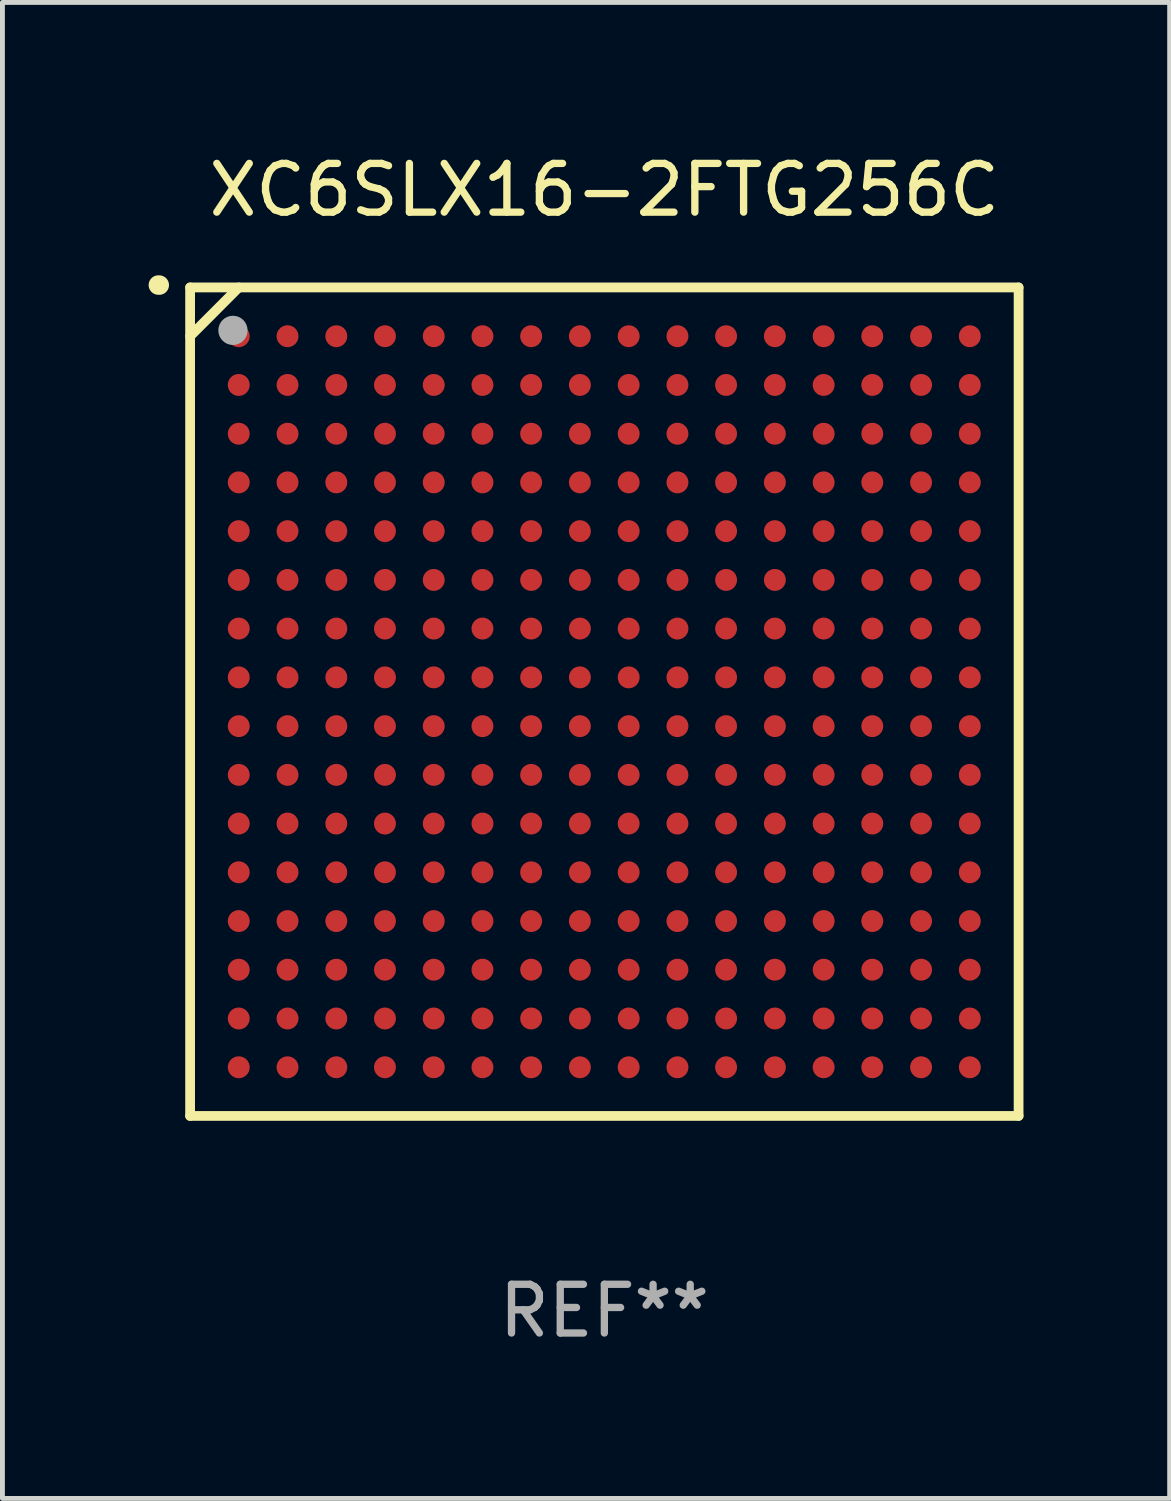
<source format=kicad_pcb>
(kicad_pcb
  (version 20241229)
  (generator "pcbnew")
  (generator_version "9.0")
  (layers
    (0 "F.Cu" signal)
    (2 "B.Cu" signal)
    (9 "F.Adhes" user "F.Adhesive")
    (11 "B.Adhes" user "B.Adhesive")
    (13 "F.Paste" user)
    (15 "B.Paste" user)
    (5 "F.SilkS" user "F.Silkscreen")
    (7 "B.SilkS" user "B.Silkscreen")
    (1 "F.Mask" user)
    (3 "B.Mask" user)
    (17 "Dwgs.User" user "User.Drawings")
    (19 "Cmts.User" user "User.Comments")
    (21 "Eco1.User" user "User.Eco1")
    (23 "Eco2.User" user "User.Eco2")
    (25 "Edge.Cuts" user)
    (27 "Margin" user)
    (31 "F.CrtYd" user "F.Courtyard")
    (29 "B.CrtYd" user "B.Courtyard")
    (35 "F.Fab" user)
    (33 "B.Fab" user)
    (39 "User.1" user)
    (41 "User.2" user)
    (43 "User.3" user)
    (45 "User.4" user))
  (footprint "XC6SLX16-2FTG256C"
    (layer "F.Cu")
    (at 9.351 11.348)
    (property "Reference" "XC6SLX16-2FTG256C" (at 0 -10.5 0) (layer "F.SilkS") (effects (font (size 1 1) (thickness 0.15))))
    (attr through_hole)
    (fp_line (start -8.5 -8.5) (end 8.5 -8.5) (stroke (width 0.2) (type solid)) (layer "F.SilkS"))
    (fp_line (start -8.5 -7.499) (end -7.502 -8.5) (stroke (width 0.2) (type solid)) (layer "F.SilkS"))
    (fp_line (start -8.5 8.5) (end -8.5 -8.5) (stroke (width 0.2) (type solid)) (layer "F.SilkS"))
    (fp_line (start 8.5 -8.5) (end 8.5 8.5) (stroke (width 0.2) (type solid)) (layer "F.SilkS"))
    (fp_line (start 8.5 8.5) (end -8.5 8.5) (stroke (width 0.2) (type solid)) (layer "F.SilkS"))
    (fp_arc (start -9.151181 -8.548768) (mid -9.142295 -8.548541) (end -9.133426 -8.547955) (stroke (width 0.4) (type solid)) (layer "F.SilkS"))
    (fp_circle (center -8.501 -8.499) (end -8.471 -8.499) (stroke (width 0.06) (type solid)) (fill no) (layer "F.SilkS"))
    (fp_circle (center -7.621 -7.619) (end -7.471 -7.619) (stroke (width 0.3) (type solid)) (fill no) (layer "F.Fab"))
    (fp_text user "REF**" (at 0 12.5 0) (layer "F.Fab") (effects (font (size 1 1) (thickness 0.15))))
    (pad "A1" smd circle (at -7.502 -7.499) (size 0.45 0.45) (layers "F.Cu" "F.Mask" "F.Paste"))
    (pad "A2" smd circle (at -6.501 -7.499) (size 0.45 0.45) (layers "F.Cu" "F.Mask" "F.Paste"))
    (pad "A3" smd circle (at -5.5 -7.499) (size 0.45 0.45) (layers "F.Cu" "F.Mask" "F.Paste"))
    (pad "A4" smd circle (at -4.502 -7.499) (size 0.45 0.45) (layers "F.Cu" "F.Mask" "F.Paste"))
    (pad "A5" smd circle (at -3.501 -7.499) (size 0.45 0.45) (layers "F.Cu" "F.Mask" "F.Paste"))
    (pad "A6" smd circle (at -2.501 -7.499) (size 0.45 0.45) (layers "F.Cu" "F.Mask" "F.Paste"))
    (pad "A7" smd circle (at -1.502 -7.499) (size 0.45 0.45) (layers "F.Cu" "F.Mask" "F.Paste"))
    (pad "A8" smd circle (at -0.502 -7.499) (size 0.45 0.45) (layers "F.Cu" "F.Mask" "F.Paste"))
    (pad "A9" smd circle (at 0.499 -7.499) (size 0.45 0.45) (layers "F.Cu" "F.Mask" "F.Paste"))
    (pad "A10" smd circle (at 1.5 -7.499) (size 0.45 0.45) (layers "F.Cu" "F.Mask" "F.Paste"))
    (pad "A11" smd circle (at 2.498 -7.499) (size 0.45 0.45) (layers "F.Cu" "F.Mask" "F.Paste"))
    (pad "A12" smd circle (at 3.499 -7.499) (size 0.45 0.45) (layers "F.Cu" "F.Mask" "F.Paste"))
    (pad "A13" smd circle (at 4.5 -7.499) (size 0.45 0.45) (layers "F.Cu" "F.Mask" "F.Paste"))
    (pad "A14" smd circle (at 5.498 -7.499) (size 0.45 0.45) (layers "F.Cu" "F.Mask" "F.Paste"))
    (pad "A15" smd circle (at 6.499 -7.499) (size 0.45 0.45) (layers "F.Cu" "F.Mask" "F.Paste"))
    (pad "A16" smd circle (at 7.499 -7.499) (size 0.45 0.45) (layers "F.Cu" "F.Mask" "F.Paste"))
    (pad "B1" smd circle (at -7.502 -6.499) (size 0.45 0.45) (layers "F.Cu" "F.Mask" "F.Paste"))
    (pad "B2" smd circle (at -6.501 -6.499) (size 0.45 0.45) (layers "F.Cu" "F.Mask" "F.Paste"))
    (pad "B3" smd circle (at -5.5 -6.499) (size 0.45 0.45) (layers "F.Cu" "F.Mask" "F.Paste"))
    (pad "B4" smd circle (at -4.502 -6.499) (size 0.45 0.45) (layers "F.Cu" "F.Mask" "F.Paste"))
    (pad "B5" smd circle (at -3.501 -6.499) (size 0.45 0.45) (layers "F.Cu" "F.Mask" "F.Paste"))
    (pad "B6" smd circle (at -2.501 -6.499) (size 0.45 0.45) (layers "F.Cu" "F.Mask" "F.Paste"))
    (pad "B7" smd circle (at -1.502 -6.499) (size 0.45 0.45) (layers "F.Cu" "F.Mask" "F.Paste"))
    (pad "B8" smd circle (at -0.502 -6.499) (size 0.45 0.45) (layers "F.Cu" "F.Mask" "F.Paste"))
    (pad "B9" smd circle (at 0.499 -6.499) (size 0.45 0.45) (layers "F.Cu" "F.Mask" "F.Paste"))
    (pad "B10" smd circle (at 1.5 -6.499) (size 0.45 0.45) (layers "F.Cu" "F.Mask" "F.Paste"))
    (pad "B11" smd circle (at 2.498 -6.499) (size 0.45 0.45) (layers "F.Cu" "F.Mask" "F.Paste"))
    (pad "B12" smd circle (at 3.499 -6.499) (size 0.45 0.45) (layers "F.Cu" "F.Mask" "F.Paste"))
    (pad "B13" smd circle (at 4.5 -6.499) (size 0.45 0.45) (layers "F.Cu" "F.Mask" "F.Paste"))
    (pad "B14" smd circle (at 5.498 -6.499) (size 0.45 0.45) (layers "F.Cu" "F.Mask" "F.Paste"))
    (pad "B15" smd circle (at 6.499 -6.499) (size 0.45 0.45) (layers "F.Cu" "F.Mask" "F.Paste"))
    (pad "B16" smd circle (at 7.499 -6.499) (size 0.45 0.45) (layers "F.Cu" "F.Mask" "F.Paste"))
    (pad "C1" smd circle (at -7.502 -5.498) (size 0.45 0.45) (layers "F.Cu" "F.Mask" "F.Paste"))
    (pad "C2" smd circle (at -6.501 -5.498) (size 0.45 0.45) (layers "F.Cu" "F.Mask" "F.Paste"))
    (pad "C3" smd circle (at -5.5 -5.498) (size 0.45 0.45) (layers "F.Cu" "F.Mask" "F.Paste"))
    (pad "C4" smd circle (at -4.502 -5.498) (size 0.45 0.45) (layers "F.Cu" "F.Mask" "F.Paste"))
    (pad "C5" smd circle (at -3.501 -5.498) (size 0.45 0.45) (layers "F.Cu" "F.Mask" "F.Paste"))
    (pad "C6" smd circle (at -2.501 -5.498) (size 0.45 0.45) (layers "F.Cu" "F.Mask" "F.Paste"))
    (pad "C7" smd circle (at -1.502 -5.498) (size 0.45 0.45) (layers "F.Cu" "F.Mask" "F.Paste"))
    (pad "C8" smd circle (at -0.502 -5.498) (size 0.45 0.45) (layers "F.Cu" "F.Mask" "F.Paste"))
    (pad "C9" smd circle (at 0.499 -5.498) (size 0.45 0.45) (layers "F.Cu" "F.Mask" "F.Paste"))
    (pad "C10" smd circle (at 1.5 -5.498) (size 0.45 0.45) (layers "F.Cu" "F.Mask" "F.Paste"))
    (pad "C11" smd circle (at 2.498 -5.498) (size 0.45 0.45) (layers "F.Cu" "F.Mask" "F.Paste"))
    (pad "C12" smd circle (at 3.499 -5.498) (size 0.45 0.45) (layers "F.Cu" "F.Mask" "F.Paste"))
    (pad "C13" smd circle (at 4.5 -5.498) (size 0.45 0.45) (layers "F.Cu" "F.Mask" "F.Paste"))
    (pad "C14" smd circle (at 5.498 -5.498) (size 0.45 0.45) (layers "F.Cu" "F.Mask" "F.Paste"))
    (pad "C15" smd circle (at 6.499 -5.498) (size 0.45 0.45) (layers "F.Cu" "F.Mask" "F.Paste"))
    (pad "C16" smd circle (at 7.499 -5.498) (size 0.45 0.45) (layers "F.Cu" "F.Mask" "F.Paste"))
    (pad "D1" smd circle (at -7.502 -4.5) (size 0.45 0.45) (layers "F.Cu" "F.Mask" "F.Paste"))
    (pad "D2" smd circle (at -6.501 -4.5) (size 0.45 0.45) (layers "F.Cu" "F.Mask" "F.Paste"))
    (pad "D3" smd circle (at -5.5 -4.5) (size 0.45 0.45) (layers "F.Cu" "F.Mask" "F.Paste"))
    (pad "D4" smd circle (at -4.502 -4.5) (size 0.45 0.45) (layers "F.Cu" "F.Mask" "F.Paste"))
    (pad "D5" smd circle (at -3.501 -4.5) (size 0.45 0.45) (layers "F.Cu" "F.Mask" "F.Paste"))
    (pad "D6" smd circle (at -2.501 -4.5) (size 0.45 0.45) (layers "F.Cu" "F.Mask" "F.Paste"))
    (pad "D7" smd circle (at -1.502 -4.5) (size 0.45 0.45) (layers "F.Cu" "F.Mask" "F.Paste"))
    (pad "D8" smd circle (at -0.502 -4.5) (size 0.45 0.45) (layers "F.Cu" "F.Mask" "F.Paste"))
    (pad "D9" smd circle (at 0.499 -4.5) (size 0.45 0.45) (layers "F.Cu" "F.Mask" "F.Paste"))
    (pad "D10" smd circle (at 1.5 -4.5) (size 0.45 0.45) (layers "F.Cu" "F.Mask" "F.Paste"))
    (pad "D11" smd circle (at 2.498 -4.5) (size 0.45 0.45) (layers "F.Cu" "F.Mask" "F.Paste"))
    (pad "D12" smd circle (at 3.499 -4.5) (size 0.45 0.45) (layers "F.Cu" "F.Mask" "F.Paste"))
    (pad "D13" smd circle (at 4.5 -4.5) (size 0.45 0.45) (layers "F.Cu" "F.Mask" "F.Paste"))
    (pad "D14" smd circle (at 5.498 -4.5) (size 0.45 0.45) (layers "F.Cu" "F.Mask" "F.Paste"))
    (pad "D15" smd circle (at 6.499 -4.5) (size 0.45 0.45) (layers "F.Cu" "F.Mask" "F.Paste"))
    (pad "D16" smd circle (at 7.499 -4.5) (size 0.45 0.45) (layers "F.Cu" "F.Mask" "F.Paste"))
    (pad "E1" smd circle (at -7.502 -3.499) (size 0.45 0.45) (layers "F.Cu" "F.Mask" "F.Paste"))
    (pad "E2" smd circle (at -6.501 -3.499) (size 0.45 0.45) (layers "F.Cu" "F.Mask" "F.Paste"))
    (pad "E3" smd circle (at -5.5 -3.499) (size 0.45 0.45) (layers "F.Cu" "F.Mask" "F.Paste"))
    (pad "E4" smd circle (at -4.502 -3.499) (size 0.45 0.45) (layers "F.Cu" "F.Mask" "F.Paste"))
    (pad "E5" smd circle (at -3.501 -3.499) (size 0.45 0.45) (layers "F.Cu" "F.Mask" "F.Paste"))
    (pad "E6" smd circle (at -2.501 -3.499) (size 0.45 0.45) (layers "F.Cu" "F.Mask" "F.Paste"))
    (pad "E7" smd circle (at -1.502 -3.499) (size 0.45 0.45) (layers "F.Cu" "F.Mask" "F.Paste"))
    (pad "E8" smd circle (at -0.502 -3.499) (size 0.45 0.45) (layers "F.Cu" "F.Mask" "F.Paste"))
    (pad "E9" smd circle (at 0.499 -3.499) (size 0.45 0.45) (layers "F.Cu" "F.Mask" "F.Paste"))
    (pad "E10" smd circle (at 1.5 -3.499) (size 0.45 0.45) (layers "F.Cu" "F.Mask" "F.Paste"))
    (pad "E11" smd circle (at 2.498 -3.499) (size 0.45 0.45) (layers "F.Cu" "F.Mask" "F.Paste"))
    (pad "E12" smd circle (at 3.499 -3.499) (size 0.45 0.45) (layers "F.Cu" "F.Mask" "F.Paste"))
    (pad "E13" smd circle (at 4.5 -3.499) (size 0.45 0.45) (layers "F.Cu" "F.Mask" "F.Paste"))
    (pad "E14" smd circle (at 5.498 -3.499) (size 0.45 0.45) (layers "F.Cu" "F.Mask" "F.Paste"))
    (pad "E15" smd circle (at 6.499 -3.499) (size 0.45 0.45) (layers "F.Cu" "F.Mask" "F.Paste"))
    (pad "E16" smd circle (at 7.499 -3.499) (size 0.45 0.45) (layers "F.Cu" "F.Mask" "F.Paste"))
    (pad "F1" smd circle (at -7.502 -2.498) (size 0.45 0.45) (layers "F.Cu" "F.Mask" "F.Paste"))
    (pad "F2" smd circle (at -6.501 -2.498) (size 0.45 0.45) (layers "F.Cu" "F.Mask" "F.Paste"))
    (pad "F3" smd circle (at -5.5 -2.498) (size 0.45 0.45) (layers "F.Cu" "F.Mask" "F.Paste"))
    (pad "F4" smd circle (at -4.502 -2.498) (size 0.45 0.45) (layers "F.Cu" "F.Mask" "F.Paste"))
    (pad "F5" smd circle (at -3.501 -2.498) (size 0.45 0.45) (layers "F.Cu" "F.Mask" "F.Paste"))
    (pad "F6" smd circle (at -2.501 -2.498) (size 0.45 0.45) (layers "F.Cu" "F.Mask" "F.Paste"))
    (pad "F7" smd circle (at -1.502 -2.498) (size 0.45 0.45) (layers "F.Cu" "F.Mask" "F.Paste"))
    (pad "F8" smd circle (at -0.502 -2.498) (size 0.45 0.45) (layers "F.Cu" "F.Mask" "F.Paste"))
    (pad "F9" smd circle (at 0.499 -2.498) (size 0.45 0.45) (layers "F.Cu" "F.Mask" "F.Paste"))
    (pad "F10" smd circle (at 1.5 -2.498) (size 0.45 0.45) (layers "F.Cu" "F.Mask" "F.Paste"))
    (pad "F11" smd circle (at 2.498 -2.498) (size 0.45 0.45) (layers "F.Cu" "F.Mask" "F.Paste"))
    (pad "F12" smd circle (at 3.499 -2.498) (size 0.45 0.45) (layers "F.Cu" "F.Mask" "F.Paste"))
    (pad "F13" smd circle (at 4.5 -2.498) (size 0.45 0.45) (layers "F.Cu" "F.Mask" "F.Paste"))
    (pad "F14" smd circle (at 5.498 -2.498) (size 0.45 0.45) (layers "F.Cu" "F.Mask" "F.Paste"))
    (pad "F15" smd circle (at 6.499 -2.498) (size 0.45 0.45) (layers "F.Cu" "F.Mask" "F.Paste"))
    (pad "F16" smd circle (at 7.499 -2.498) (size 0.45 0.45) (layers "F.Cu" "F.Mask" "F.Paste"))
    (pad "G1" smd circle (at -7.502 -1.5) (size 0.45 0.45) (layers "F.Cu" "F.Mask" "F.Paste"))
    (pad "G2" smd circle (at -6.501 -1.5) (size 0.45 0.45) (layers "F.Cu" "F.Mask" "F.Paste"))
    (pad "G3" smd circle (at -5.5 -1.5) (size 0.45 0.45) (layers "F.Cu" "F.Mask" "F.Paste"))
    (pad "G4" smd circle (at -4.502 -1.5) (size 0.45 0.45) (layers "F.Cu" "F.Mask" "F.Paste"))
    (pad "G5" smd circle (at -3.501 -1.5) (size 0.45 0.45) (layers "F.Cu" "F.Mask" "F.Paste"))
    (pad "G6" smd circle (at -2.501 -1.5) (size 0.45 0.45) (layers "F.Cu" "F.Mask" "F.Paste"))
    (pad "G7" smd circle (at -1.502 -1.5) (size 0.45 0.45) (layers "F.Cu" "F.Mask" "F.Paste"))
    (pad "G8" smd circle (at -0.502 -1.5) (size 0.45 0.45) (layers "F.Cu" "F.Mask" "F.Paste"))
    (pad "G9" smd circle (at 0.499 -1.5) (size 0.45 0.45) (layers "F.Cu" "F.Mask" "F.Paste"))
    (pad "G10" smd circle (at 1.5 -1.5) (size 0.45 0.45) (layers "F.Cu" "F.Mask" "F.Paste"))
    (pad "G11" smd circle (at 2.498 -1.5) (size 0.45 0.45) (layers "F.Cu" "F.Mask" "F.Paste"))
    (pad "G12" smd circle (at 3.499 -1.5) (size 0.45 0.45) (layers "F.Cu" "F.Mask" "F.Paste"))
    (pad "G13" smd circle (at 4.5 -1.5) (size 0.45 0.45) (layers "F.Cu" "F.Mask" "F.Paste"))
    (pad "G14" smd circle (at 5.498 -1.5) (size 0.45 0.45) (layers "F.Cu" "F.Mask" "F.Paste"))
    (pad "G15" smd circle (at 6.499 -1.5) (size 0.45 0.45) (layers "F.Cu" "F.Mask" "F.Paste"))
    (pad "G16" smd circle (at 7.499 -1.5) (size 0.45 0.45) (layers "F.Cu" "F.Mask" "F.Paste"))
    (pad "H1" smd circle (at -7.502 -0.499) (size 0.45 0.45) (layers "F.Cu" "F.Mask" "F.Paste"))
    (pad "H2" smd circle (at -6.501 -0.499) (size 0.45 0.45) (layers "F.Cu" "F.Mask" "F.Paste"))
    (pad "H3" smd circle (at -5.5 -0.499) (size 0.45 0.45) (layers "F.Cu" "F.Mask" "F.Paste"))
    (pad "H4" smd circle (at -4.502 -0.499) (size 0.45 0.45) (layers "F.Cu" "F.Mask" "F.Paste"))
    (pad "H5" smd circle (at -3.501 -0.499) (size 0.45 0.45) (layers "F.Cu" "F.Mask" "F.Paste"))
    (pad "H6" smd circle (at -2.501 -0.499) (size 0.45 0.45) (layers "F.Cu" "F.Mask" "F.Paste"))
    (pad "H7" smd circle (at -1.502 -0.499) (size 0.45 0.45) (layers "F.Cu" "F.Mask" "F.Paste"))
    (pad "H8" smd circle (at -0.502 -0.499) (size 0.45 0.45) (layers "F.Cu" "F.Mask" "F.Paste"))
    (pad "H9" smd circle (at 0.499 -0.499) (size 0.45 0.45) (layers "F.Cu" "F.Mask" "F.Paste"))
    (pad "H10" smd circle (at 1.5 -0.499) (size 0.45 0.45) (layers "F.Cu" "F.Mask" "F.Paste"))
    (pad "H11" smd circle (at 2.498 -0.499) (size 0.45 0.45) (layers "F.Cu" "F.Mask" "F.Paste"))
    (pad "H12" smd circle (at 3.499 -0.499) (size 0.45 0.45) (layers "F.Cu" "F.Mask" "F.Paste"))
    (pad "H13" smd circle (at 4.5 -0.499) (size 0.45 0.45) (layers "F.Cu" "F.Mask" "F.Paste"))
    (pad "H14" smd circle (at 5.498 -0.499) (size 0.45 0.45) (layers "F.Cu" "F.Mask" "F.Paste"))
    (pad "H15" smd circle (at 6.499 -0.499) (size 0.45 0.45) (layers "F.Cu" "F.Mask" "F.Paste"))
    (pad "H16" smd circle (at 7.499 -0.499) (size 0.45 0.45) (layers "F.Cu" "F.Mask" "F.Paste"))
    (pad "J1" smd circle (at -7.502 0.502) (size 0.45 0.45) (layers "F.Cu" "F.Mask" "F.Paste"))
    (pad "J2" smd circle (at -6.501 0.502) (size 0.45 0.45) (layers "F.Cu" "F.Mask" "F.Paste"))
    (pad "J3" smd circle (at -5.5 0.502) (size 0.45 0.45) (layers "F.Cu" "F.Mask" "F.Paste"))
    (pad "J4" smd circle (at -4.502 0.502) (size 0.45 0.45) (layers "F.Cu" "F.Mask" "F.Paste"))
    (pad "J5" smd circle (at -3.501 0.502) (size 0.45 0.45) (layers "F.Cu" "F.Mask" "F.Paste"))
    (pad "J6" smd circle (at -2.501 0.502) (size 0.45 0.45) (layers "F.Cu" "F.Mask" "F.Paste"))
    (pad "J7" smd circle (at -1.502 0.502) (size 0.45 0.45) (layers "F.Cu" "F.Mask" "F.Paste"))
    (pad "J8" smd circle (at -0.502 0.502) (size 0.45 0.45) (layers "F.Cu" "F.Mask" "F.Paste"))
    (pad "J9" smd circle (at 0.499 0.502) (size 0.45 0.45) (layers "F.Cu" "F.Mask" "F.Paste"))
    (pad "J10" smd circle (at 1.5 0.502) (size 0.45 0.45) (layers "F.Cu" "F.Mask" "F.Paste"))
    (pad "J11" smd circle (at 2.498 0.502) (size 0.45 0.45) (layers "F.Cu" "F.Mask" "F.Paste"))
    (pad "J12" smd circle (at 3.499 0.502) (size 0.45 0.45) (layers "F.Cu" "F.Mask" "F.Paste"))
    (pad "J13" smd circle (at 4.5 0.502) (size 0.45 0.45) (layers "F.Cu" "F.Mask" "F.Paste"))
    (pad "J14" smd circle (at 5.498 0.502) (size 0.45 0.45) (layers "F.Cu" "F.Mask" "F.Paste"))
    (pad "J15" smd circle (at 6.499 0.502) (size 0.45 0.45) (layers "F.Cu" "F.Mask" "F.Paste"))
    (pad "J16" smd circle (at 7.499 0.502) (size 0.45 0.45) (layers "F.Cu" "F.Mask" "F.Paste"))
    (pad "K1" smd circle (at -7.502 1.502) (size 0.45 0.45) (layers "F.Cu" "F.Mask" "F.Paste"))
    (pad "K2" smd circle (at -6.501 1.502) (size 0.45 0.45) (layers "F.Cu" "F.Mask" "F.Paste"))
    (pad "K3" smd circle (at -5.5 1.502) (size 0.45 0.45) (layers "F.Cu" "F.Mask" "F.Paste"))
    (pad "K4" smd circle (at -4.502 1.502) (size 0.45 0.45) (layers "F.Cu" "F.Mask" "F.Paste"))
    (pad "K5" smd circle (at -3.501 1.502) (size 0.45 0.45) (layers "F.Cu" "F.Mask" "F.Paste"))
    (pad "K6" smd circle (at -2.501 1.502) (size 0.45 0.45) (layers "F.Cu" "F.Mask" "F.Paste"))
    (pad "K7" smd circle (at -1.502 1.502) (size 0.45 0.45) (layers "F.Cu" "F.Mask" "F.Paste"))
    (pad "K8" smd circle (at -0.502 1.502) (size 0.45 0.45) (layers "F.Cu" "F.Mask" "F.Paste"))
    (pad "K9" smd circle (at 0.499 1.502) (size 0.45 0.45) (layers "F.Cu" "F.Mask" "F.Paste"))
    (pad "K10" smd circle (at 1.5 1.502) (size 0.45 0.45) (layers "F.Cu" "F.Mask" "F.Paste"))
    (pad "K11" smd circle (at 2.498 1.502) (size 0.45 0.45) (layers "F.Cu" "F.Mask" "F.Paste"))
    (pad "K12" smd circle (at 3.499 1.502) (size 0.45 0.45) (layers "F.Cu" "F.Mask" "F.Paste"))
    (pad "K13" smd circle (at 4.5 1.502) (size 0.45 0.45) (layers "F.Cu" "F.Mask" "F.Paste"))
    (pad "K14" smd circle (at 5.498 1.502) (size 0.45 0.45) (layers "F.Cu" "F.Mask" "F.Paste"))
    (pad "K15" smd circle (at 6.499 1.502) (size 0.45 0.45) (layers "F.Cu" "F.Mask" "F.Paste"))
    (pad "K16" smd circle (at 7.499 1.502) (size 0.45 0.45) (layers "F.Cu" "F.Mask" "F.Paste"))
    (pad "L1" smd circle (at -7.502 2.501) (size 0.45 0.45) (layers "F.Cu" "F.Mask" "F.Paste"))
    (pad "L2" smd circle (at -6.501 2.501) (size 0.45 0.45) (layers "F.Cu" "F.Mask" "F.Paste"))
    (pad "L3" smd circle (at -5.5 2.501) (size 0.45 0.45) (layers "F.Cu" "F.Mask" "F.Paste"))
    (pad "L4" smd circle (at -4.502 2.501) (size 0.45 0.45) (layers "F.Cu" "F.Mask" "F.Paste"))
    (pad "L5" smd circle (at -3.501 2.501) (size 0.45 0.45) (layers "F.Cu" "F.Mask" "F.Paste"))
    (pad "L6" smd circle (at -2.501 2.501) (size 0.45 0.45) (layers "F.Cu" "F.Mask" "F.Paste"))
    (pad "L7" smd circle (at -1.502 2.501) (size 0.45 0.45) (layers "F.Cu" "F.Mask" "F.Paste"))
    (pad "L8" smd circle (at -0.502 2.501) (size 0.45 0.45) (layers "F.Cu" "F.Mask" "F.Paste"))
    (pad "L9" smd circle (at 0.499 2.501) (size 0.45 0.45) (layers "F.Cu" "F.Mask" "F.Paste"))
    (pad "L10" smd circle (at 1.5 2.501) (size 0.45 0.45) (layers "F.Cu" "F.Mask" "F.Paste"))
    (pad "L11" smd circle (at 2.498 2.501) (size 0.45 0.45) (layers "F.Cu" "F.Mask" "F.Paste"))
    (pad "L12" smd circle (at 3.499 2.501) (size 0.45 0.45) (layers "F.Cu" "F.Mask" "F.Paste"))
    (pad "L13" smd circle (at 4.5 2.501) (size 0.45 0.45) (layers "F.Cu" "F.Mask" "F.Paste"))
    (pad "L14" smd circle (at 5.498 2.501) (size 0.45 0.45) (layers "F.Cu" "F.Mask" "F.Paste"))
    (pad "L15" smd circle (at 6.499 2.501) (size 0.45 0.45) (layers "F.Cu" "F.Mask" "F.Paste"))
    (pad "L16" smd circle (at 7.499 2.501) (size 0.45 0.45) (layers "F.Cu" "F.Mask" "F.Paste"))
    (pad "M1" smd circle (at -7.502 3.501) (size 0.45 0.45) (layers "F.Cu" "F.Mask" "F.Paste"))
    (pad "M2" smd circle (at -6.501 3.501) (size 0.45 0.45) (layers "F.Cu" "F.Mask" "F.Paste"))
    (pad "M3" smd circle (at -5.5 3.501) (size 0.45 0.45) (layers "F.Cu" "F.Mask" "F.Paste"))
    (pad "M4" smd circle (at -4.502 3.501) (size 0.45 0.45) (layers "F.Cu" "F.Mask" "F.Paste"))
    (pad "M5" smd circle (at -3.501 3.501) (size 0.45 0.45) (layers "F.Cu" "F.Mask" "F.Paste"))
    (pad "M6" smd circle (at -2.501 3.501) (size 0.45 0.45) (layers "F.Cu" "F.Mask" "F.Paste"))
    (pad "M7" smd circle (at -1.502 3.501) (size 0.45 0.45) (layers "F.Cu" "F.Mask" "F.Paste"))
    (pad "M8" smd circle (at -0.502 3.501) (size 0.45 0.45) (layers "F.Cu" "F.Mask" "F.Paste"))
    (pad "M9" smd circle (at 0.499 3.501) (size 0.45 0.45) (layers "F.Cu" "F.Mask" "F.Paste"))
    (pad "M10" smd circle (at 1.5 3.501) (size 0.45 0.45) (layers "F.Cu" "F.Mask" "F.Paste"))
    (pad "M11" smd circle (at 2.498 3.501) (size 0.45 0.45) (layers "F.Cu" "F.Mask" "F.Paste"))
    (pad "M12" smd circle (at 3.499 3.501) (size 0.45 0.45) (layers "F.Cu" "F.Mask" "F.Paste"))
    (pad "M13" smd circle (at 4.5 3.501) (size 0.45 0.45) (layers "F.Cu" "F.Mask" "F.Paste"))
    (pad "M14" smd circle (at 5.498 3.501) (size 0.45 0.45) (layers "F.Cu" "F.Mask" "F.Paste"))
    (pad "M15" smd circle (at 6.499 3.501) (size 0.45 0.45) (layers "F.Cu" "F.Mask" "F.Paste"))
    (pad "M16" smd circle (at 7.499 3.501) (size 0.45 0.45) (layers "F.Cu" "F.Mask" "F.Paste"))
    (pad "N1" smd circle (at -7.502 4.502) (size 0.45 0.45) (layers "F.Cu" "F.Mask" "F.Paste"))
    (pad "N2" smd circle (at -6.501 4.502) (size 0.45 0.45) (layers "F.Cu" "F.Mask" "F.Paste"))
    (pad "N3" smd circle (at -5.5 4.502) (size 0.45 0.45) (layers "F.Cu" "F.Mask" "F.Paste"))
    (pad "N4" smd circle (at -4.502 4.502) (size 0.45 0.45) (layers "F.Cu" "F.Mask" "F.Paste"))
    (pad "N5" smd circle (at -3.501 4.502) (size 0.45 0.45) (layers "F.Cu" "F.Mask" "F.Paste"))
    (pad "N6" smd circle (at -2.501 4.502) (size 0.45 0.45) (layers "F.Cu" "F.Mask" "F.Paste"))
    (pad "N7" smd circle (at -1.502 4.502) (size 0.45 0.45) (layers "F.Cu" "F.Mask" "F.Paste"))
    (pad "N8" smd circle (at -0.502 4.502) (size 0.45 0.45) (layers "F.Cu" "F.Mask" "F.Paste"))
    (pad "N9" smd circle (at 0.499 4.502) (size 0.45 0.45) (layers "F.Cu" "F.Mask" "F.Paste"))
    (pad "N10" smd circle (at 1.5 4.502) (size 0.45 0.45) (layers "F.Cu" "F.Mask" "F.Paste"))
    (pad "N11" smd circle (at 2.498 4.502) (size 0.45 0.45) (layers "F.Cu" "F.Mask" "F.Paste"))
    (pad "N12" smd circle (at 3.499 4.502) (size 0.45 0.45) (layers "F.Cu" "F.Mask" "F.Paste"))
    (pad "N13" smd circle (at 4.5 4.502) (size 0.45 0.45) (layers "F.Cu" "F.Mask" "F.Paste"))
    (pad "N14" smd circle (at 5.498 4.502) (size 0.45 0.45) (layers "F.Cu" "F.Mask" "F.Paste"))
    (pad "N15" smd circle (at 6.499 4.502) (size 0.45 0.45) (layers "F.Cu" "F.Mask" "F.Paste"))
    (pad "N16" smd circle (at 7.499 4.502) (size 0.45 0.45) (layers "F.Cu" "F.Mask" "F.Paste"))
    (pad "P1" smd circle (at -7.502 5.5) (size 0.45 0.45) (layers "F.Cu" "F.Mask" "F.Paste"))
    (pad "P2" smd circle (at -6.501 5.5) (size 0.45 0.45) (layers "F.Cu" "F.Mask" "F.Paste"))
    (pad "P3" smd circle (at -5.5 5.5) (size 0.45 0.45) (layers "F.Cu" "F.Mask" "F.Paste"))
    (pad "P4" smd circle (at -4.502 5.5) (size 0.45 0.45) (layers "F.Cu" "F.Mask" "F.Paste"))
    (pad "P5" smd circle (at -3.501 5.5) (size 0.45 0.45) (layers "F.Cu" "F.Mask" "F.Paste"))
    (pad "P6" smd circle (at -2.501 5.5) (size 0.45 0.45) (layers "F.Cu" "F.Mask" "F.Paste"))
    (pad "P7" smd circle (at -1.502 5.5) (size 0.45 0.45) (layers "F.Cu" "F.Mask" "F.Paste"))
    (pad "P8" smd circle (at -0.502 5.5) (size 0.45 0.45) (layers "F.Cu" "F.Mask" "F.Paste"))
    (pad "P9" smd circle (at 0.499 5.5) (size 0.45 0.45) (layers "F.Cu" "F.Mask" "F.Paste"))
    (pad "P10" smd circle (at 1.5 5.5) (size 0.45 0.45) (layers "F.Cu" "F.Mask" "F.Paste"))
    (pad "P11" smd circle (at 2.498 5.5) (size 0.45 0.45) (layers "F.Cu" "F.Mask" "F.Paste"))
    (pad "P12" smd circle (at 3.499 5.5) (size 0.45 0.45) (layers "F.Cu" "F.Mask" "F.Paste"))
    (pad "P13" smd circle (at 4.5 5.5) (size 0.45 0.45) (layers "F.Cu" "F.Mask" "F.Paste"))
    (pad "P14" smd circle (at 5.498 5.5) (size 0.45 0.45) (layers "F.Cu" "F.Mask" "F.Paste"))
    (pad "P15" smd circle (at 6.499 5.5) (size 0.45 0.45) (layers "F.Cu" "F.Mask" "F.Paste"))
    (pad "P16" smd circle (at 7.499 5.5) (size 0.45 0.45) (layers "F.Cu" "F.Mask" "F.Paste"))
    (pad "R1" smd circle (at -7.502 6.501) (size 0.45 0.45) (layers "F.Cu" "F.Mask" "F.Paste"))
    (pad "R2" smd circle (at -6.501 6.501) (size 0.45 0.45) (layers "F.Cu" "F.Mask" "F.Paste"))
    (pad "R3" smd circle (at -5.5 6.501) (size 0.45 0.45) (layers "F.Cu" "F.Mask" "F.Paste"))
    (pad "R4" smd circle (at -4.502 6.501) (size 0.45 0.45) (layers "F.Cu" "F.Mask" "F.Paste"))
    (pad "R5" smd circle (at -3.501 6.501) (size 0.45 0.45) (layers "F.Cu" "F.Mask" "F.Paste"))
    (pad "R6" smd circle (at -2.501 6.501) (size 0.45 0.45) (layers "F.Cu" "F.Mask" "F.Paste"))
    (pad "R7" smd circle (at -1.502 6.501) (size 0.45 0.45) (layers "F.Cu" "F.Mask" "F.Paste"))
    (pad "R8" smd circle (at -0.502 6.501) (size 0.45 0.45) (layers "F.Cu" "F.Mask" "F.Paste"))
    (pad "R9" smd circle (at 0.499 6.501) (size 0.45 0.45) (layers "F.Cu" "F.Mask" "F.Paste"))
    (pad "R10" smd circle (at 1.5 6.501) (size 0.45 0.45) (layers "F.Cu" "F.Mask" "F.Paste"))
    (pad "R11" smd circle (at 2.498 6.501) (size 0.45 0.45) (layers "F.Cu" "F.Mask" "F.Paste"))
    (pad "R12" smd circle (at 3.499 6.501) (size 0.45 0.45) (layers "F.Cu" "F.Mask" "F.Paste"))
    (pad "R13" smd circle (at 4.5 6.501) (size 0.45 0.45) (layers "F.Cu" "F.Mask" "F.Paste"))
    (pad "R14" smd circle (at 5.498 6.501) (size 0.45 0.45) (layers "F.Cu" "F.Mask" "F.Paste"))
    (pad "R15" smd circle (at 6.499 6.501) (size 0.45 0.45) (layers "F.Cu" "F.Mask" "F.Paste"))
    (pad "R16" smd circle (at 7.499 6.501) (size 0.45 0.45) (layers "F.Cu" "F.Mask" "F.Paste"))
    (pad "T1" smd circle (at -7.502 7.502) (size 0.45 0.45) (layers "F.Cu" "F.Mask" "F.Paste"))
    (pad "T2" smd circle (at -6.501 7.502) (size 0.45 0.45) (layers "F.Cu" "F.Mask" "F.Paste"))
    (pad "T3" smd circle (at -5.5 7.502) (size 0.45 0.45) (layers "F.Cu" "F.Mask" "F.Paste"))
    (pad "T4" smd circle (at -4.502 7.502) (size 0.45 0.45) (layers "F.Cu" "F.Mask" "F.Paste"))
    (pad "T5" smd circle (at -3.501 7.502) (size 0.45 0.45) (layers "F.Cu" "F.Mask" "F.Paste"))
    (pad "T6" smd circle (at -2.501 7.502) (size 0.45 0.45) (layers "F.Cu" "F.Mask" "F.Paste"))
    (pad "T7" smd circle (at -1.502 7.502) (size 0.45 0.45) (layers "F.Cu" "F.Mask" "F.Paste"))
    (pad "T8" smd circle (at -0.502 7.502) (size 0.45 0.45) (layers "F.Cu" "F.Mask" "F.Paste"))
    (pad "T9" smd circle (at 0.499 7.502) (size 0.45 0.45) (layers "F.Cu" "F.Mask" "F.Paste"))
    (pad "T10" smd circle (at 1.5 7.502) (size 0.45 0.45) (layers "F.Cu" "F.Mask" "F.Paste"))
    (pad "T11" smd circle (at 2.498 7.502) (size 0.45 0.45) (layers "F.Cu" "F.Mask" "F.Paste"))
    (pad "T12" smd circle (at 3.499 7.502) (size 0.45 0.45) (layers "F.Cu" "F.Mask" "F.Paste"))
    (pad "T13" smd circle (at 4.5 7.502) (size 0.45 0.45) (layers "F.Cu" "F.Mask" "F.Paste"))
    (pad "T14" smd circle (at 5.498 7.502) (size 0.45 0.45) (layers "F.Cu" "F.Mask" "F.Paste"))
    (pad "T15" smd circle (at 6.499 7.502) (size 0.45 0.45) (layers "F.Cu" "F.Mask" "F.Paste"))
    (pad "T16" smd circle (at 7.499 7.502) (size 0.45 0.45) (layers "F.Cu" "F.Mask" "F.Paste")))
  (gr_rect
    (start -3 -3)
    (end 20.951 27.697)
    (stroke (width 0.1) (type default))
    (fill no)
    (layer "Edge.Cuts")))
</source>
